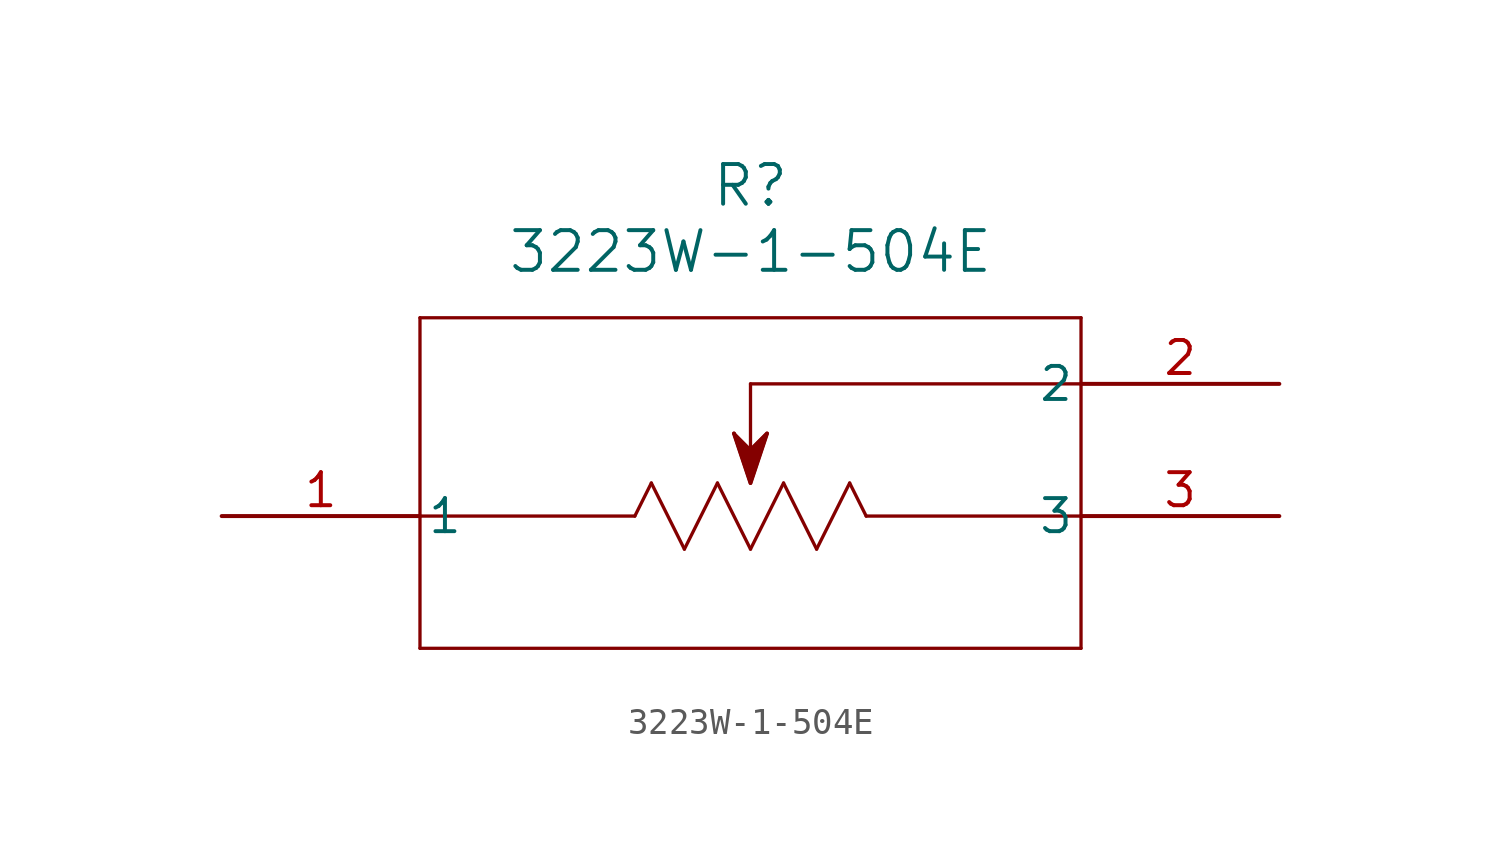
<source format=kicad_sym>
(kicad_symbol_lib
  (version 20211014)
  (generator kicad_symbol_editor)
  (symbol "3223W-1-504E"
    (pin_names
      (offset 0.254))
    (property "Reference" "R"
      (at 20.32 12.7 0)
      (effects (font (size 1.524 1.524))))
    (property "Value" "3223W-1-504E"
      (at 20.32 10.16 0)
      (effects (font (size 1.524 1.524))))
    (symbol "3223W-1-504E_0_1"
      (polyline (pts (xy 7.62 7.62) (xy 7.62 -5.08)) (stroke (width 0.127) (type default) (color 0 0 0 0)) (fill (type none)))
      (polyline (pts (xy 7.62 -5.08) (xy 33.02 -5.08)) (stroke (width 0.127) (type default) (color 0 0 0 0)) (fill (type none)))
      (polyline (pts (xy 33.02 -5.08) (xy 33.02 7.62)) (stroke (width 0.127) (type default) (color 0 0 0 0)) (fill (type none)))
      (polyline (pts (xy 33.02 7.62) (xy 7.62 7.62)) (stroke (width 0.127) (type default) (color 0 0 0 0)) (fill (type none)))
      (polyline (pts (xy 7.62 0) (xy 15.875 0)) (stroke (width 0.127) (type default) (color 0 0 0 0)) (fill (type none)))
      (polyline (pts (xy 33.02 0) (xy 24.765 0)) (stroke (width 0.127) (type default) (color 0 0 0 0)) (fill (type none)))
      (polyline (pts (xy 16.51 1.27) (xy 17.78 -1.27)) (stroke (width 0.127) (type default) (color 0 0 0 0)) (fill (type none)))
      (polyline (pts (xy 17.78 -1.27) (xy 19.05 1.27)) (stroke (width 0.127) (type default) (color 0 0 0 0)) (fill (type none)))
      (polyline (pts (xy 19.05 1.27) (xy 20.32 -1.27)) (stroke (width 0.127) (type default) (color 0 0 0 0)) (fill (type none)))
      (polyline (pts (xy 20.32 -1.27) (xy 21.59 1.27)) (stroke (width 0.127) (type default) (color 0 0 0 0)) (fill (type none)))
      (polyline (pts (xy 21.59 1.27) (xy 22.86 -1.27)) (stroke (width 0.127) (type default) (color 0 0 0 0)) (fill (type none)))
      (polyline (pts (xy 22.86 -1.27) (xy 24.13 1.27)) (stroke (width 0.127) (type default) (color 0 0 0 0)) (fill (type none)))
      (polyline (pts (xy 16.51 1.27) (xy 15.875 0)) (stroke (width 0.127) (type default) (color 0 0 0 0)) (fill (type none)))
      (polyline (pts (xy 24.13 1.27) (xy 24.765 0)) (stroke (width 0.127) (type default) (color 0 0 0 0)) (fill (type none)))
      (polyline (pts (xy 20.32 1.27) (xy 19.685 3.175)) (stroke (width 0.127) (type default) (color 0 0 0 0)) (fill (type none)))
      (polyline (pts (xy 19.685 3.175) (xy 20.32 2.54)) (stroke (width 0.127) (type default) (color 0 0 0 0)) (fill (type none)))
      (polyline (pts (xy 20.32 2.54) (xy 20.955 3.175)) (stroke (width 0.127) (type default) (color 0 0 0 0)) (fill (type none)))
      (polyline (pts (xy 20.955 3.175) (xy 20.32 1.27)) (stroke (width 0.127) (type default) (color 0 0 0 0)) (fill (type none)))
      (polyline (pts (xy 33.02 5.08) (xy 20.32 5.08)) (stroke (width 0.127) (type default) (color 0 0 0 0)) (fill (type none)))
      (polyline (pts (xy 20.32 5.08) (xy 20.32 2.54)) (stroke (width 0.127) (type default) (color 0 0 0 0)) (fill (type none)))
      (polyline (pts (xy 19.685 3.175) (xy 20.32 1.27) (xy 20.955 3.175) (xy 20.32 2.54)) (stroke (width 0) (type default) (color 0 0 0 0)) (fill (type outline)))
      (pin unspecified line (at 0 0 0) (length 7.62) (name "1" (effects (font (size 1.27 1.27)))) (number "1" (effects (font (size 1.27 1.27)))))
      (pin unspecified line (at 40.64 5.08 180) (length 7.62) (name "2" (effects (font (size 1.27 1.27)))) (number "2" (effects (font (size 1.27 1.27)))))
      (pin unspecified line (at 40.64 0 180) (length 7.62) (name "3" (effects (font (size 1.27 1.27)))) (number "3" (effects (font (size 1.27 1.27))))))))
</source>
